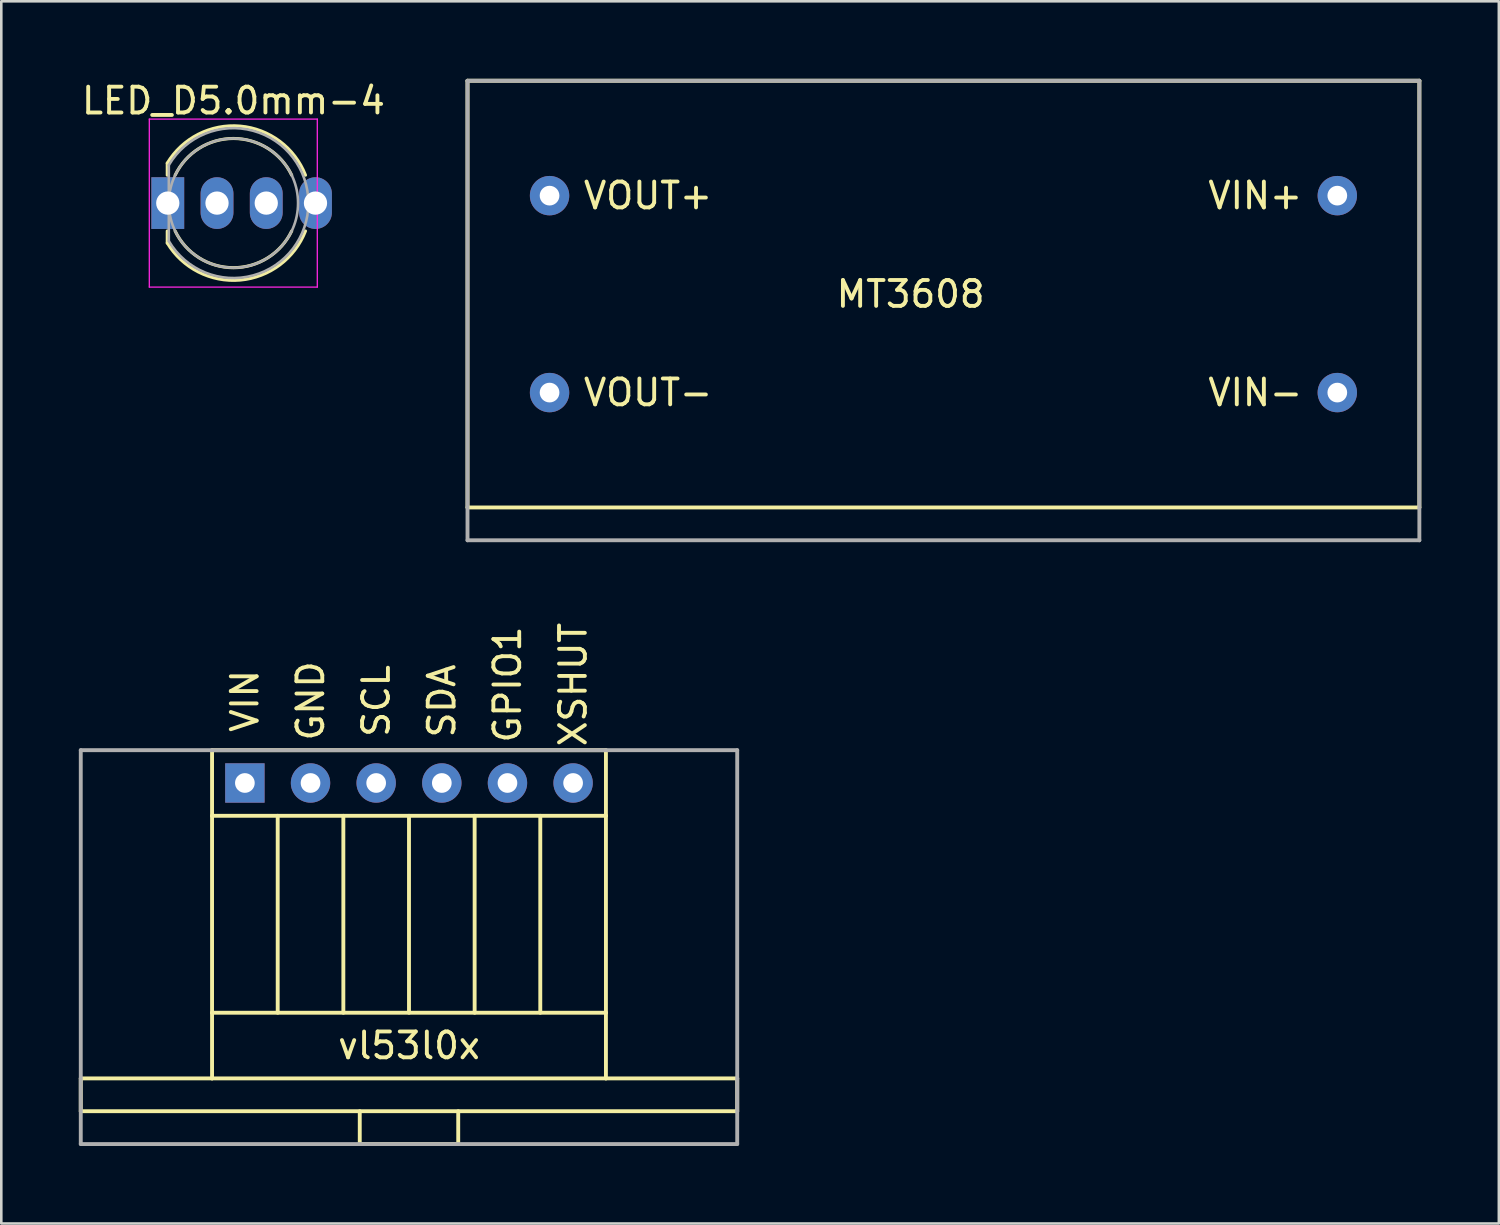
<source format=kicad_pcb>
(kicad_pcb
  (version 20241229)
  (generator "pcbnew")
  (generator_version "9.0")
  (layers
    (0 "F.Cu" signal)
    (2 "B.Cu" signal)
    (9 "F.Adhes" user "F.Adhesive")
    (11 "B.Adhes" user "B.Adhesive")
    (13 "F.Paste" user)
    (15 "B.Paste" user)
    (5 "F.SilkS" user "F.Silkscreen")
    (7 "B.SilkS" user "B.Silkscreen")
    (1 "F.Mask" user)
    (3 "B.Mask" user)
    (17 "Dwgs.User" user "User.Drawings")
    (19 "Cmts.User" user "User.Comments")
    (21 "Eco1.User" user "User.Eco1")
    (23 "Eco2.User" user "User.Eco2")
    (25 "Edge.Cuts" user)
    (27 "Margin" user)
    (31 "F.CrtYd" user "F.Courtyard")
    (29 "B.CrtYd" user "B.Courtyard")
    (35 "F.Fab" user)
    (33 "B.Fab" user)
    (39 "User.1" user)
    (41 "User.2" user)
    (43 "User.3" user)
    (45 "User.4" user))
  (footprint "vl53l0x"
    (layer "F.Cu")
    (at 6.425 27.246)
    (property "Reference" "vl53l0x" (at 6.35 10.16 0) (layer "F.SilkS") (effects (font (size 1 1) (thickness 0.15))))
    (attr through_hole)
    (fp_line (start -6.35 11.43) (end -6.35 12.7) (stroke (width 0.15) (type solid)) (layer "F.SilkS"))
    (fp_line (start -6.35 12.7) (end 19.05 12.7) (stroke (width 0.15) (type solid)) (layer "F.SilkS"))
    (fp_line (start -1.27 -1.27) (end 13.97 -1.27) (stroke (width 0.15) (type solid)) (layer "F.SilkS"))
    (fp_line (start -1.27 1.27) (end -1.27 -1.27) (stroke (width 0.15) (type solid)) (layer "F.SilkS"))
    (fp_line (start -1.27 1.27) (end -1.27 8.89) (stroke (width 0.15) (type solid)) (layer "F.SilkS"))
    (fp_line (start -1.27 1.27) (end 13.97 1.27) (stroke (width 0.15) (type solid)) (layer "F.SilkS"))
    (fp_line (start -1.27 8.89) (end -1.27 11.43) (stroke (width 0.15) (type solid)) (layer "F.SilkS"))
    (fp_line (start -1.27 8.89) (end 13.97 8.89) (stroke (width 0.15) (type solid)) (layer "F.SilkS"))
    (fp_line (start -1.27 11.43) (end -6.35 11.43) (stroke (width 0.15) (type solid)) (layer "F.SilkS"))
    (fp_line (start -1.27 11.43) (end 13.97 11.43) (stroke (width 0.15) (type solid)) (layer "F.SilkS"))
    (fp_line (start 1.27 1.27) (end 1.27 8.89) (stroke (width 0.15) (type solid)) (layer "F.SilkS"))
    (fp_line (start 3.81 1.27) (end 3.81 8.89) (stroke (width 0.15) (type solid)) (layer "F.SilkS"))
    (fp_line (start 4.445 12.7) (end 4.445 13.97) (stroke (width 0.15) (type solid)) (layer "F.SilkS"))
    (fp_line (start 4.445 13.97) (end 8.255 13.97) (stroke (width 0.15) (type solid)) (layer "F.SilkS"))
    (fp_line (start 6.35 1.27) (end 6.35 8.89) (stroke (width 0.15) (type solid)) (layer "F.SilkS"))
    (fp_line (start 8.255 13.97) (end 8.255 12.7) (stroke (width 0.15) (type solid)) (layer "F.SilkS"))
    (fp_line (start 8.89 1.27) (end 8.89 8.89) (stroke (width 0.15) (type solid)) (layer "F.SilkS"))
    (fp_line (start 11.43 1.27) (end 11.43 8.89) (stroke (width 0.15) (type solid)) (layer "F.SilkS"))
    (fp_line (start 13.97 -1.27) (end 13.97 1.27) (stroke (width 0.15) (type solid)) (layer "F.SilkS"))
    (fp_line (start 13.97 8.89) (end 13.97 1.27) (stroke (width 0.15) (type solid)) (layer "F.SilkS"))
    (fp_line (start 13.97 11.43) (end 13.97 8.89) (stroke (width 0.15) (type solid)) (layer "F.SilkS"))
    (fp_line (start 19.05 11.43) (end 13.97 11.43) (stroke (width 0.15) (type solid)) (layer "F.SilkS"))
    (fp_line (start 19.05 12.7) (end 19.05 11.43) (stroke (width 0.15) (type solid)) (layer "F.SilkS"))
    (fp_line (start -6.35 -1.27) (end 19.05 -1.27) (stroke (width 0.15) (type solid)) (layer "F.Fab"))
    (fp_line (start -6.35 13.97) (end -6.35 -1.27) (stroke (width 0.15) (type solid)) (layer "F.Fab"))
    (fp_line (start 19.05 -1.27) (end 19.05 13.97) (stroke (width 0.15) (type solid)) (layer "F.Fab"))
    (fp_line (start 19.05 13.97) (end -6.35 13.97) (stroke (width 0.15) (type solid)) (layer "F.Fab"))
    (fp_text user "XSHUT" (at 12.7 -3.81 90) (layer "F.SilkS") (effects (font (size 1 1) (thickness 0.15))))
    (fp_text user "GPIO1" (at 10.16 -3.81 90) (layer "F.SilkS") (effects (font (size 1 1) (thickness 0.15))))
    (fp_text user "SDA" (at 7.62 -3.175 90) (layer "F.SilkS") (effects (font (size 1 1) (thickness 0.15))))
    (fp_text user "SCL" (at 5.08 -3.175 90) (layer "F.SilkS") (effects (font (size 1 1) (thickness 0.15))))
    (fp_text user "VIN" (at 0 -3.175 90) (layer "F.SilkS") (effects (font (size 1 1) (thickness 0.15))))
    (fp_text user "GND" (at 2.54 -3.175 90) (layer "F.SilkS") (effects (font (size 1 1) (thickness 0.15))))
    (pad "1" thru_hole rect (at 0 0) (size 1.524 1.524) (drill 0.762) (layers "*.Cu" "*.Mask"))
    (pad "2" thru_hole circle (at 2.54 0) (size 1.524 1.524) (drill 0.762) (layers "*.Cu" "*.Mask"))
    (pad "3" thru_hole circle (at 5.08 0) (size 1.524 1.524) (drill 0.762) (layers "*.Cu" "*.Mask"))
    (pad "4" thru_hole circle (at 7.62 0) (size 1.524 1.524) (drill 0.762) (layers "*.Cu" "*.Mask"))
    (pad "5" thru_hole circle (at 10.16 0) (size 1.524 1.524) (drill 0.762) (layers "*.Cu" "*.Mask"))
    (pad "6" thru_hole circle (at 12.7 0) (size 1.524 1.524) (drill 0.762) (layers "*.Cu" "*.Mask")))
  (footprint "MT3608"
    (layer "F.Cu")
    (at 48.694 4.52)
    (property "Reference" "MT3608" (at -16.51 3.81 0) (layer "F.SilkS") (effects (font (size 1 1) (thickness 0.15))))
    (attr through_hole)
    (fp_line (start -33.655 -4.445) (end 3.175 -4.445) (stroke (width 0.15) (type solid)) (layer "F.SilkS"))
    (fp_line (start -33.655 12.065) (end -33.655 -4.445) (stroke (width 0.15) (type solid)) (layer "F.SilkS"))
    (fp_line (start 3.175 12.065) (end -33.655 12.065) (stroke (width 0.15) (type solid)) (layer "F.SilkS"))
    (fp_line (start 3.175 12.065) (end 3.175 -4.445) (stroke (width 0.15) (type solid)) (layer "F.SilkS"))
    (fp_line (start -33.655 -4.445) (end 3.175 -4.445) (stroke (width 0.15) (type solid)) (layer "F.Fab"))
    (fp_line (start -33.655 13.335) (end -33.655 -4.445) (stroke (width 0.15) (type solid)) (layer "F.Fab"))
    (fp_line (start 3.175 -4.445) (end 3.175 13.335) (stroke (width 0.15) (type solid)) (layer "F.Fab"))
    (fp_line (start 3.175 13.335) (end -33.655 13.335) (stroke (width 0.15) (type solid)) (layer "F.Fab"))
    (fp_text user "VOUT-" (at -26.67 7.62 0) (layer "F.SilkS") (effects (font (size 1 1) (thickness 0.15))))
    (fp_text user "VIN+" (at -3.175 0 0) (layer "F.SilkS") (effects (font (size 1 1) (thickness 0.15))))
    (fp_text user "VOUT+" (at -26.67 0 0) (layer "F.SilkS") (effects (font (size 1 1) (thickness 0.15))))
    (fp_text user "VIN-" (at -3.175 7.62 0) (layer "F.SilkS") (effects (font (size 1 1) (thickness 0.15))))
    (pad "1" thru_hole circle (at 0 0) (size 1.524 1.524) (drill 0.762) (layers "*.Cu" "*.Mask"))
    (pad "2" thru_hole circle (at 0 7.62) (size 1.524 1.524) (drill 0.762) (layers "*.Cu" "*.Mask"))
    (pad "3" thru_hole circle (at -30.48 0) (size 1.524 1.524) (drill 0.762) (layers "*.Cu" "*.Mask"))
    (pad "4" thru_hole circle (at -30.48 7.62) (size 1.524 1.524) (drill 0.762) (layers "*.Cu" "*.Mask")))
  (footprint "LED_D5.0mm-4"
    (layer "F.Cu")
    (at 4.077 4.808)
    (property "Reference" "LED_D5.0mm-4" (at 1.905 -3.96 0) (layer "F.SilkS") (effects (font (size 1 1) (thickness 0.15))))
    (attr through_hole)
    (fp_line (start -0.655 -1.545) (end -0.655 -1.08) (stroke (width 0.12) (type solid)) (layer "F.SilkS"))
    (fp_line (start -0.655 1.08) (end -0.655 1.545) (stroke (width 0.12) (type solid)) (layer "F.SilkS"))
    (fp_arc (start -0.655 -1.54483) (mid 2.163456 -2.978809) (end 4.692815 -1.080827) (stroke (width 0.12) (type solid)) (layer "F.SilkS"))
    (fp_arc (start -0.349684 -1.08) (mid 1.904762 -2.5) (end 4.159479 -1.080429) (stroke (width 0.12) (type solid)) (layer "F.SilkS"))
    (fp_arc (start 4.159479 1.080429) (mid 1.904762 2.5) (end -0.349684 1.08) (stroke (width 0.12) (type solid)) (layer "F.SilkS"))
    (fp_arc (start 4.692815 1.080827) (mid 2.163456 2.978808) (end -0.655 1.54483) (stroke (width 0.12) (type solid)) (layer "F.SilkS"))
    (fp_line (start -1.35 -3.25) (end -1.35 3.25) (stroke (width 0.05) (type solid)) (layer "F.CrtYd"))
    (fp_line (start -1.35 3.25) (end 5.15 3.25) (stroke (width 0.05) (type solid)) (layer "F.CrtYd"))
    (fp_line (start 5.15 -3.25) (end -1.35 -3.25) (stroke (width 0.05) (type solid)) (layer "F.CrtYd"))
    (fp_line (start 5.15 3.25) (end 5.15 -3.25) (stroke (width 0.05) (type solid)) (layer "F.CrtYd"))
    (fp_line (start -0.595 -1.47) (end -0.595 1.47) (stroke (width 0.1) (type solid)) (layer "F.Fab"))
    (fp_arc (start -0.595 -1.469694) (mid 4.805 0.000016) (end -0.595016 1.469666) (stroke (width 0.1) (type solid)) (layer "F.Fab"))
    (fp_circle (center 1.905 0) (end 4.405 0) (stroke (width 0.1) (type solid)) (fill no) (layer "F.Fab"))
    (pad "1" thru_hole rect (at -0.635 0) (size 1.27 2) (drill 0.9) (layers "*.Cu" "*.Mask"))
    (pad "2" thru_hole oval (at 1.27 0) (size 1.27 2) (drill 0.9) (layers "*.Cu" "*.Mask"))
    (pad "3" thru_hole oval (at 3.175 0) (size 1.27 2) (drill 0.9) (layers "*.Cu" "*.Mask"))
    (pad "4" thru_hole oval (at 5.08 0) (size 1.27 2) (drill 0.9) (layers "*.Cu" "*.Mask")))
  (gr_rect
    (start -3 -3)
    (end 54.944 44.291)
    (stroke (width 0.1) (type default))
    (fill no)
    (layer "Edge.Cuts")))
</source>
